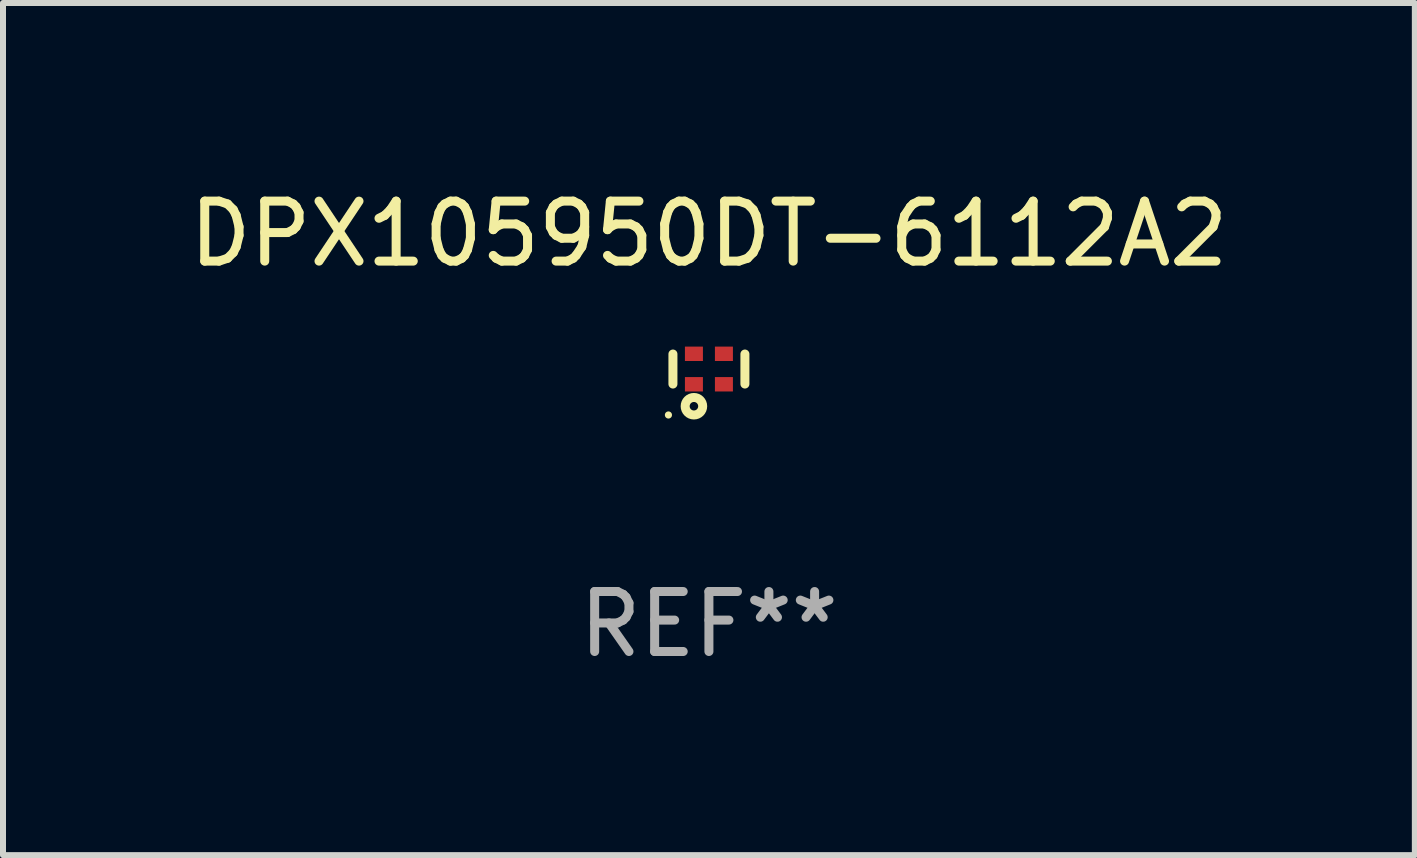
<source format=kicad_pcb>
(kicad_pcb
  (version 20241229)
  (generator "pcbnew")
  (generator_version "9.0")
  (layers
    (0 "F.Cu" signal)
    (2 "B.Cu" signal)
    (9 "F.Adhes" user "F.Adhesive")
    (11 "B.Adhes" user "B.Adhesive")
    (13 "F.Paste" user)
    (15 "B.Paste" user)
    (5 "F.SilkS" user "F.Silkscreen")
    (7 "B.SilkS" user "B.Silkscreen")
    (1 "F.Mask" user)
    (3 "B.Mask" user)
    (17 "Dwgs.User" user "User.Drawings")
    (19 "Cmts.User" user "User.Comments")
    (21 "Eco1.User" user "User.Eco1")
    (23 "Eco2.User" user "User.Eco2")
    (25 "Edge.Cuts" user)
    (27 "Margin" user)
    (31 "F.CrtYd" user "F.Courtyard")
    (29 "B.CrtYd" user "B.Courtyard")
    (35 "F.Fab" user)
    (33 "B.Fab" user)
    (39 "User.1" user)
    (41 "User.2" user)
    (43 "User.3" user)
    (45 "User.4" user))
  (footprint "DPX105950DT-6112A2"
    (layer "F.Cu")
    (at 8.768 3.102)
    (property "Reference" "DPX105950DT-6112A2" (at 0 -2.254 0) (layer "F.SilkS") (effects (font (size 1 1) (thickness 0.15))))
    (attr through_hole)
    (fp_line (start -0.6 -0.25) (end -0.6 0.25) (stroke (width 0.15) (type solid)) (layer "F.SilkS"))
    (fp_line (start 0.6 -0.25) (end 0.6 0.25) (stroke (width 0.15) (type solid)) (layer "F.SilkS"))
    (fp_circle (center -0.675 0.766) (end -0.645 0.766) (stroke (width 0.06) (type solid)) (fill no) (layer "F.SilkS"))
    (fp_circle (center -0.25 0.62) (end -0.179 0.62) (stroke (width 0.15) (type solid)) (fill no) (layer "F.SilkS"))
    (fp_text user "REF**" (at 0 4.254 0) (layer "F.Fab") (effects (font (size 1 1) (thickness 0.15))))
    (pad "1" smd rect (at -0.25 0.254 90) (size 0.24 0.3) (layers "F.Cu" "F.Mask" "F.Paste"))
    (pad "2" smd rect (at 0.25 0.254 90) (size 0.24 0.3) (layers "F.Cu" "F.Mask" "F.Paste"))
    (pad "3" smd rect (at 0.25 -0.254 90) (size 0.24 0.3) (layers "F.Cu" "F.Mask" "F.Paste"))
    (pad "4" smd rect (at -0.25 -0.254 90) (size 0.24 0.3) (layers "F.Cu" "F.Mask" "F.Paste")))
  (gr_rect
    (start -3 -3)
    (end 20.536 11.205)
    (stroke (width 0.1) (type default))
    (fill no)
    (layer "Edge.Cuts")))
</source>
